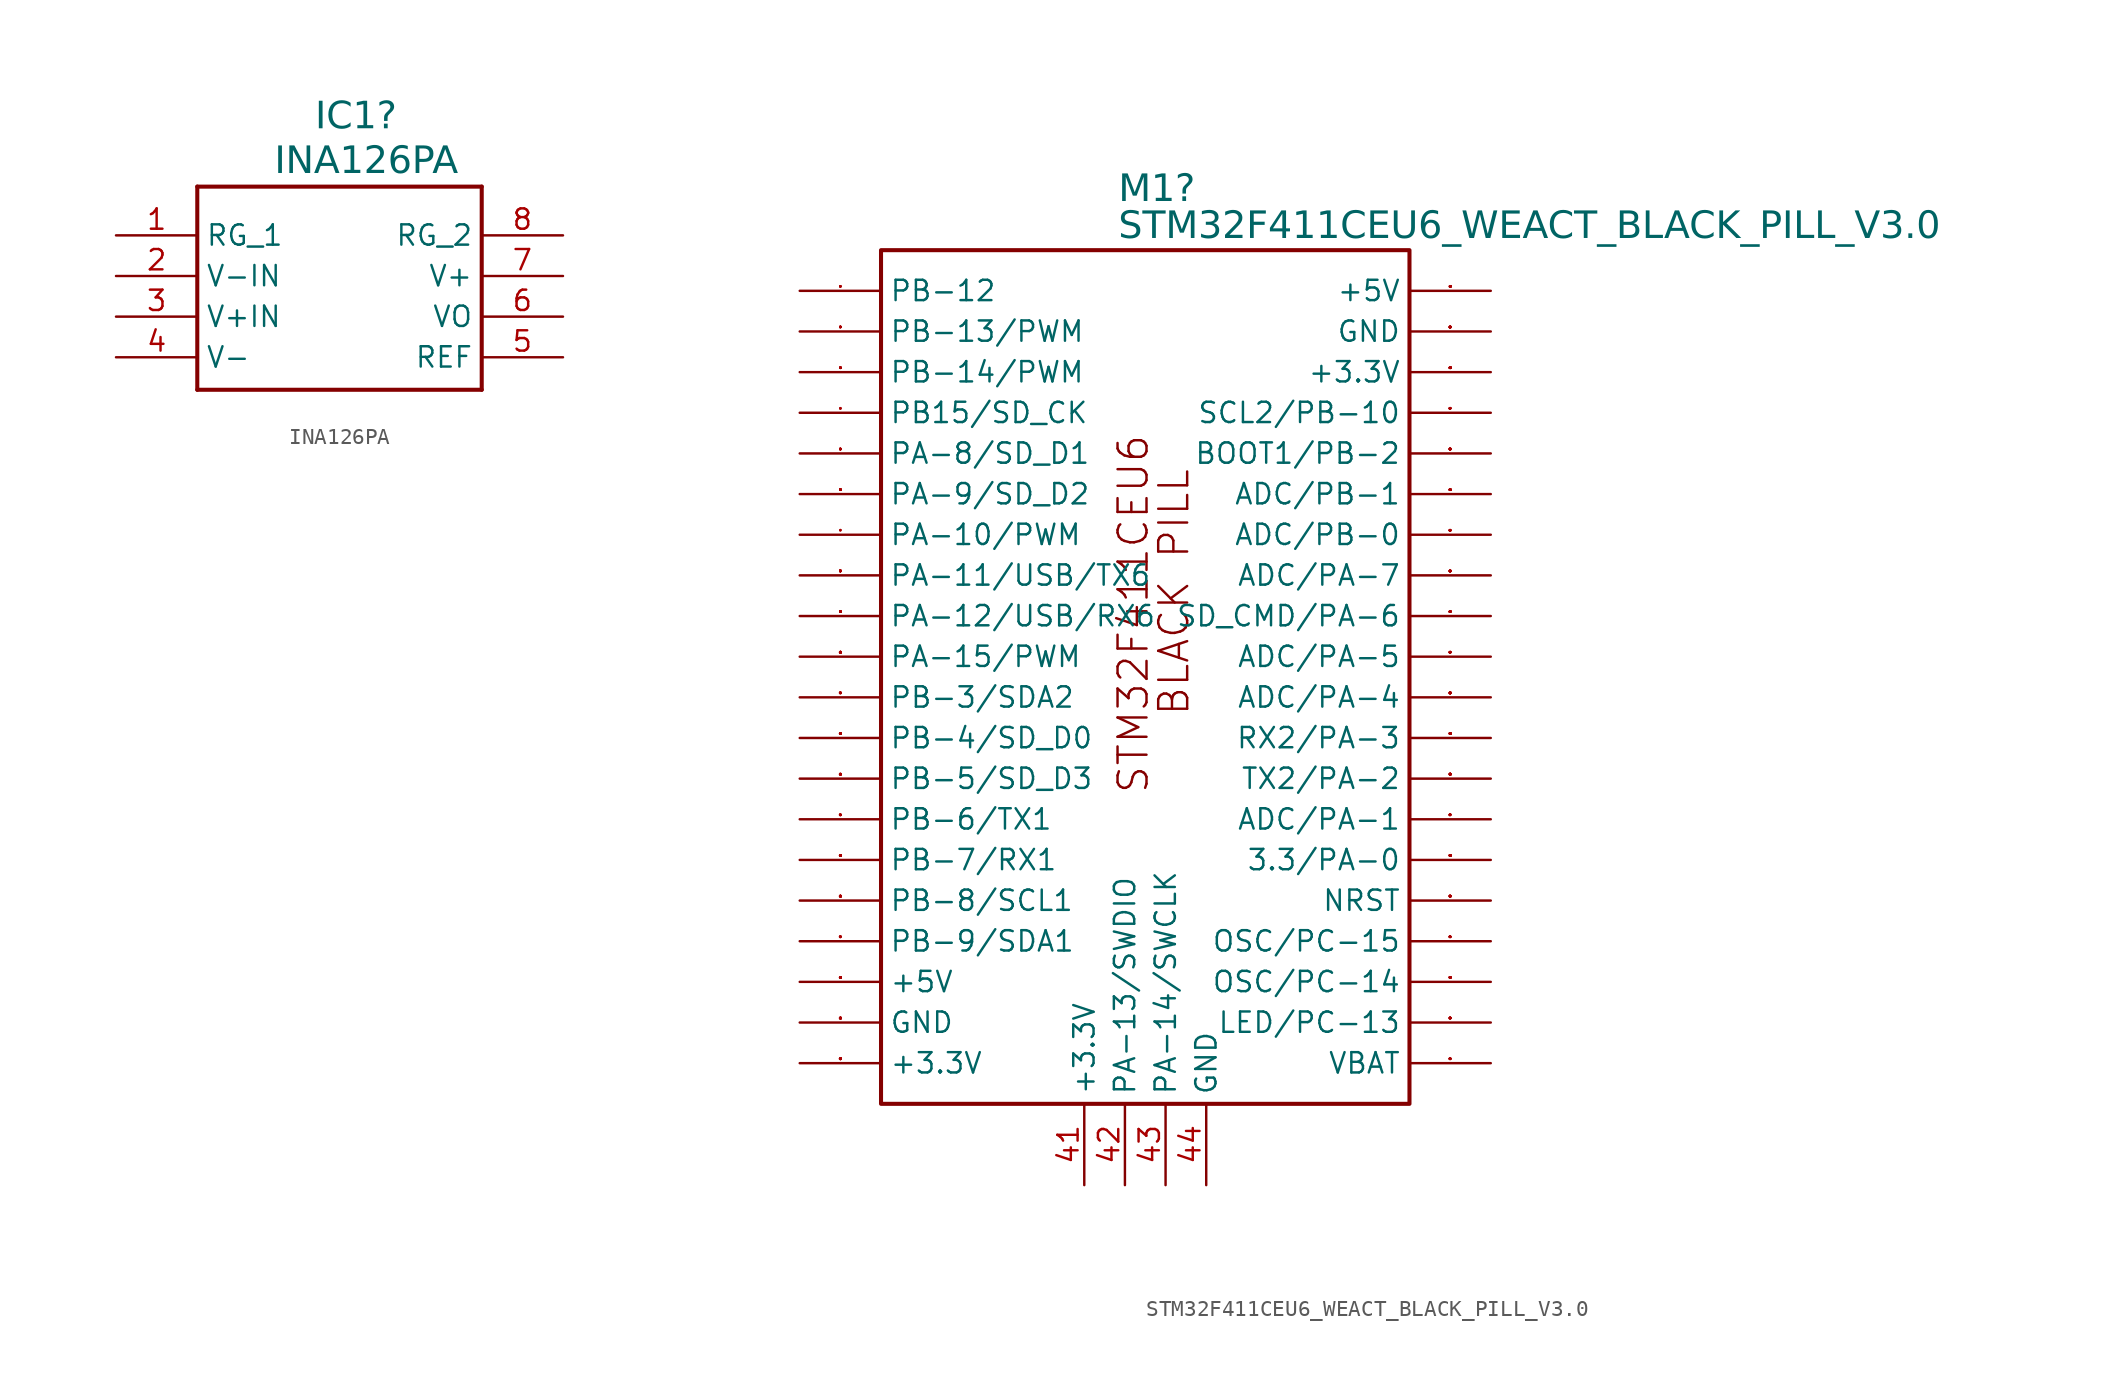
<source format=kicad_sym>
(kicad_symbol_lib
  (version 20231120)
  (generator "kicad_symbol_editor")
  (generator_version "8.0")
  (symbol "INA126PA"
    (property "Reference" "IC1"
      (at -1.524 12.192 0)
      (effects (font (face "Arial") (size 1.689 1.689)) (justify left top)))
    (property "Value" "INA126PA"
      (at -4.064 9.398 0)
      (effects (font (face "Arial") (size 1.689 1.689)) (justify left top)))
    (symbol "INA126PA_0_0"
      (polyline (pts (xy -8.89 6.858) (xy -8.89 -5.842)) (stroke (width 0.254) (type solid)) (fill (type none)))
      (polyline (pts (xy -8.89 6.858) (xy 8.89 6.858)) (stroke (width 0.254) (type solid)) (fill (type none)))
      (polyline (pts (xy 8.89 -5.842) (xy -8.89 -5.842)) (stroke (width 0.254) (type solid)) (fill (type none)))
      (polyline (pts (xy 8.89 -5.842) (xy 8.89 6.858)) (stroke (width 0.254) (type solid)) (fill (type none)))
      (pin bidirectional line (at -13.97 3.81 0) (length 5.08) (name "RG_1" (effects (font (size 1.27 1.27)))) (number "1" (effects (font (size 1.27 1.27)))))
      (pin bidirectional line (at -13.97 1.27 0) (length 5.08) (name "V-IN" (effects (font (size 1.27 1.27)))) (number "2" (effects (font (size 1.27 1.27)))))
      (pin bidirectional line (at -13.97 -1.27 0) (length 5.08) (name "V+IN" (effects (font (size 1.27 1.27)))) (number "3" (effects (font (size 1.27 1.27)))))
      (pin bidirectional line (at -13.97 -3.81 0) (length 5.08) (name "V-" (effects (font (size 1.27 1.27)))) (number "4" (effects (font (size 1.27 1.27)))))
      (pin bidirectional line (at 13.97 -3.81 180) (length 5.08) (name "REF" (effects (font (size 1.27 1.27)))) (number "5" (effects (font (size 1.27 1.27)))))
      (pin bidirectional line (at 13.97 -1.27 180) (length 5.08) (name "VO" (effects (font (size 1.27 1.27)))) (number "6" (effects (font (size 1.27 1.27)))))
      (pin bidirectional line (at 13.97 1.27 180) (length 5.08) (name "V+" (effects (font (size 1.27 1.27)))) (number "7" (effects (font (size 1.27 1.27)))))
      (pin bidirectional line (at 13.97 3.81 180) (length 5.08) (name "RG_2" (effects (font (size 1.27 1.27)))) (number "8" (effects (font (size 1.27 1.27)))))))
  (symbol "STM32F411CEU6_WEACT_BLACK_PILL_V3.0"
    (property "Reference" "M1"
      (at 19.914 7.303 0)
      (effects (font (face "Arial") (size 1.689 1.689)) (justify left top)))
    (property "Value" "STM32F411CEU6_WEACT_BLACK_PILL_V3.0"
      (at 19.914 4.991 0)
      (effects (font (face "Arial") (size 1.689 1.689)) (justify left top)))
    (symbol "STM32F411CEU6_WEACT_BLACK_PILL_V3.0_0_0"
      (rectangle (start 5.08 2.54) (end 38.1 -50.8) (stroke (width 0.254) (type solid)) (fill (type none)))
      (text "BLACK PILL" (at 22.32 -26.645 900) (effects (font (face "KiCad Font") (size 1.81 1.81)) (justify left top)))
      (text "STM32F411CEU6" (at 19.78 -8.89 900) (effects (font (face "KiCad Font") (size 1.81 1.81)) (justify right top)))
      (pin unspecified line (at 0 0 0) (length 5.08) (name "PB-12" (effects (font (size 1.27 1.27)))) (number "1" (effects (font (size 0.025 0.025)))))
      (pin unspecified line (at 0 -22.86 0) (length 5.08) (name "PA-15/PWM" (effects (font (size 1.27 1.27)))) (number "10" (effects (font (size 0.025 0.025)))))
      (pin unspecified line (at 0 -25.4 0) (length 5.08) (name "PB-3/SDA2" (effects (font (size 1.27 1.27)))) (number "11" (effects (font (size 0.025 0.025)))))
      (pin unspecified line (at 0 -27.94 0) (length 5.08) (name "PB-4/SD_D0" (effects (font (size 1.27 1.27)))) (number "12" (effects (font (size 0.025 0.025)))))
      (pin unspecified line (at 0 -30.48 0) (length 5.08) (name "PB-5/SD_D3" (effects (font (size 1.27 1.27)))) (number "13" (effects (font (size 0.025 0.025)))))
      (pin unspecified line (at 0 -33.02 0) (length 5.08) (name "PB-6/TX1" (effects (font (size 1.27 1.27)))) (number "14" (effects (font (size 0.025 0.025)))))
      (pin unspecified line (at 0 -35.56 0) (length 5.08) (name "PB-7/RX1" (effects (font (size 1.27 1.27)))) (number "15" (effects (font (size 0.025 0.025)))))
      (pin unspecified line (at 0 -38.1 0) (length 5.08) (name "PB-8/SCL1" (effects (font (size 1.27 1.27)))) (number "16" (effects (font (size 0.025 0.025)))))
      (pin unspecified line (at 0 -40.64 0) (length 5.08) (name "PB-9/SDA1" (effects (font (size 1.27 1.27)))) (number "17" (effects (font (size 0.025 0.025)))))
      (pin unspecified line (at 0 -43.18 0) (length 5.08) (name "+5V" (effects (font (size 1.27 1.27)))) (number "18" (effects (font (size 0.025 0.025)))))
      (pin unspecified line (at 0 -45.72 0) (length 5.08) (name "GND" (effects (font (size 1.27 1.27)))) (number "19" (effects (font (size 0.025 0.025)))))
      (pin unspecified line (at 0 -2.54 0) (length 5.08) (name "PB-13/PWM" (effects (font (size 1.27 1.27)))) (number "2" (effects (font (size 0.025 0.025)))))
      (pin unspecified line (at 0 -48.26 0) (length 5.08) (name "+3.3V" (effects (font (size 1.27 1.27)))) (number "20" (effects (font (size 0.025 0.025)))))
      (pin unspecified line (at 43.18 -48.26 180) (length 5.08) (name "VBAT" (effects (font (size 1.27 1.27)))) (number "21" (effects (font (size 0.025 0.025)))))
      (pin unspecified line (at 43.18 -45.72 180) (length 5.08) (name "LED/PC-13" (effects (font (size 1.27 1.27)))) (number "22" (effects (font (size 0.025 0.025)))))
      (pin unspecified line (at 43.18 -43.18 180) (length 5.08) (name "OSC/PC-14" (effects (font (size 1.27 1.27)))) (number "23" (effects (font (size 0.025 0.025)))))
      (pin unspecified line (at 43.18 -40.64 180) (length 5.08) (name "OSC/PC-15" (effects (font (size 1.27 1.27)))) (number "24" (effects (font (size 0.025 0.025)))))
      (pin unspecified line (at 43.18 -38.1 180) (length 5.08) (name "NRST" (effects (font (size 1.27 1.27)))) (number "25" (effects (font (size 0.025 0.025)))))
      (pin unspecified line (at 43.18 -35.56 180) (length 5.08) (name "3.3/PA-0" (effects (font (size 1.27 1.27)))) (number "26" (effects (font (size 0.025 0.025)))))
      (pin unspecified line (at 43.18 -33.02 180) (length 5.08) (name "ADC/PA-1" (effects (font (size 1.27 1.27)))) (number "27" (effects (font (size 0.025 0.025)))))
      (pin unspecified line (at 43.18 -30.48 180) (length 5.08) (name "TX2/PA-2" (effects (font (size 1.27 1.27)))) (number "28" (effects (font (size 0.025 0.025)))))
      (pin unspecified line (at 43.18 -27.94 180) (length 5.08) (name "RX2/PA-3" (effects (font (size 1.27 1.27)))) (number "29" (effects (font (size 0.025 0.025)))))
      (pin unspecified line (at 0 -5.08 0) (length 5.08) (name "PB-14/PWM" (effects (font (size 1.27 1.27)))) (number "3" (effects (font (size 0.025 0.025)))))
      (pin unspecified line (at 43.18 -25.4 180) (length 5.08) (name "ADC/PA-4" (effects (font (size 1.27 1.27)))) (number "30" (effects (font (size 0.025 0.025)))))
      (pin unspecified line (at 43.18 -22.86 180) (length 5.08) (name "ADC/PA-5" (effects (font (size 1.27 1.27)))) (number "31" (effects (font (size 0.025 0.025)))))
      (pin unspecified line (at 43.18 -20.32 180) (length 5.08) (name "SD_CMD/PA-6" (effects (font (size 1.27 1.27)))) (number "32" (effects (font (size 0.025 0.025)))))
      (pin unspecified line (at 43.18 -17.78 180) (length 5.08) (name "ADC/PA-7" (effects (font (size 1.27 1.27)))) (number "33" (effects (font (size 0.025 0.025)))))
      (pin unspecified line (at 43.18 -15.24 180) (length 5.08) (name "ADC/PB-0" (effects (font (size 1.27 1.27)))) (number "34" (effects (font (size 0.025 0.025)))))
      (pin unspecified line (at 43.18 -12.7 180) (length 5.08) (name "ADC/PB-1" (effects (font (size 1.27 1.27)))) (number "35" (effects (font (size 0.025 0.025)))))
      (pin unspecified line (at 43.18 -10.16 180) (length 5.08) (name "BOOT1/PB-2" (effects (font (size 1.27 1.27)))) (number "36" (effects (font (size 0.025 0.025)))))
      (pin unspecified line (at 43.18 -7.62 180) (length 5.08) (name "SCL2/PB-10" (effects (font (size 1.27 1.27)))) (number "37" (effects (font (size 0.025 0.025)))))
      (pin unspecified line (at 43.18 -5.08 180) (length 5.08) (name "+3.3V" (effects (font (size 1.27 1.27)))) (number "38" (effects (font (size 0.025 0.025)))))
      (pin unspecified line (at 43.18 -2.54 180) (length 5.08) (name "GND" (effects (font (size 1.27 1.27)))) (number "39" (effects (font (size 0.025 0.025)))))
      (pin unspecified line (at 0 -7.62 0) (length 5.08) (name "PB15/SD_CK" (effects (font (size 1.27 1.27)))) (number "4" (effects (font (size 0.025 0.025)))))
      (pin unspecified line (at 43.18 0 180) (length 5.08) (name "+5V" (effects (font (size 1.27 1.27)))) (number "40" (effects (font (size 0.025 0.025)))))
      (pin unspecified line (at 17.78 -55.88 90) (length 5.08) (name "+3.3V" (effects (font (size 1.27 1.27)))) (number "41" (effects (font (size 1.27 1.27)))))
      (pin unspecified line (at 20.32 -55.88 90) (length 5.08) (name "PA-13/SWDIO" (effects (font (size 1.27 1.27)))) (number "42" (effects (font (size 1.27 1.27)))))
      (pin unspecified line (at 22.86 -55.88 90) (length 5.08) (name "PA-14/SWCLK" (effects (font (size 1.27 1.27)))) (number "43" (effects (font (size 1.27 1.27)))))
      (pin unspecified line (at 25.4 -55.88 90) (length 5.08) (name "GND" (effects (font (size 1.27 1.27)))) (number "44" (effects (font (size 1.27 1.27)))))
      (pin unspecified line (at 0 -10.16 0) (length 5.08) (name "PA-8/SD_D1" (effects (font (size 1.27 1.27)))) (number "5" (effects (font (size 0.025 0.025)))))
      (pin unspecified line (at 0 -12.7 0) (length 5.08) (name "PA-9/SD_D2" (effects (font (size 1.27 1.27)))) (number "6" (effects (font (size 0.025 0.025)))))
      (pin unspecified line (at 0 -15.24 0) (length 5.08) (name "PA-10/PWM" (effects (font (size 1.27 1.27)))) (number "7" (effects (font (size 0.025 0.025)))))
      (pin unspecified line (at 0 -17.78 0) (length 5.08) (name "PA-11/USB/TX6" (effects (font (size 1.27 1.27)))) (number "8" (effects (font (size 0.025 0.025)))))
      (pin unspecified line (at 0 -20.32 0) (length 5.08) (name "PA-12/USB/RX6" (effects (font (size 1.27 1.27)))) (number "9" (effects (font (size 0.025 0.025))))))))
</source>
